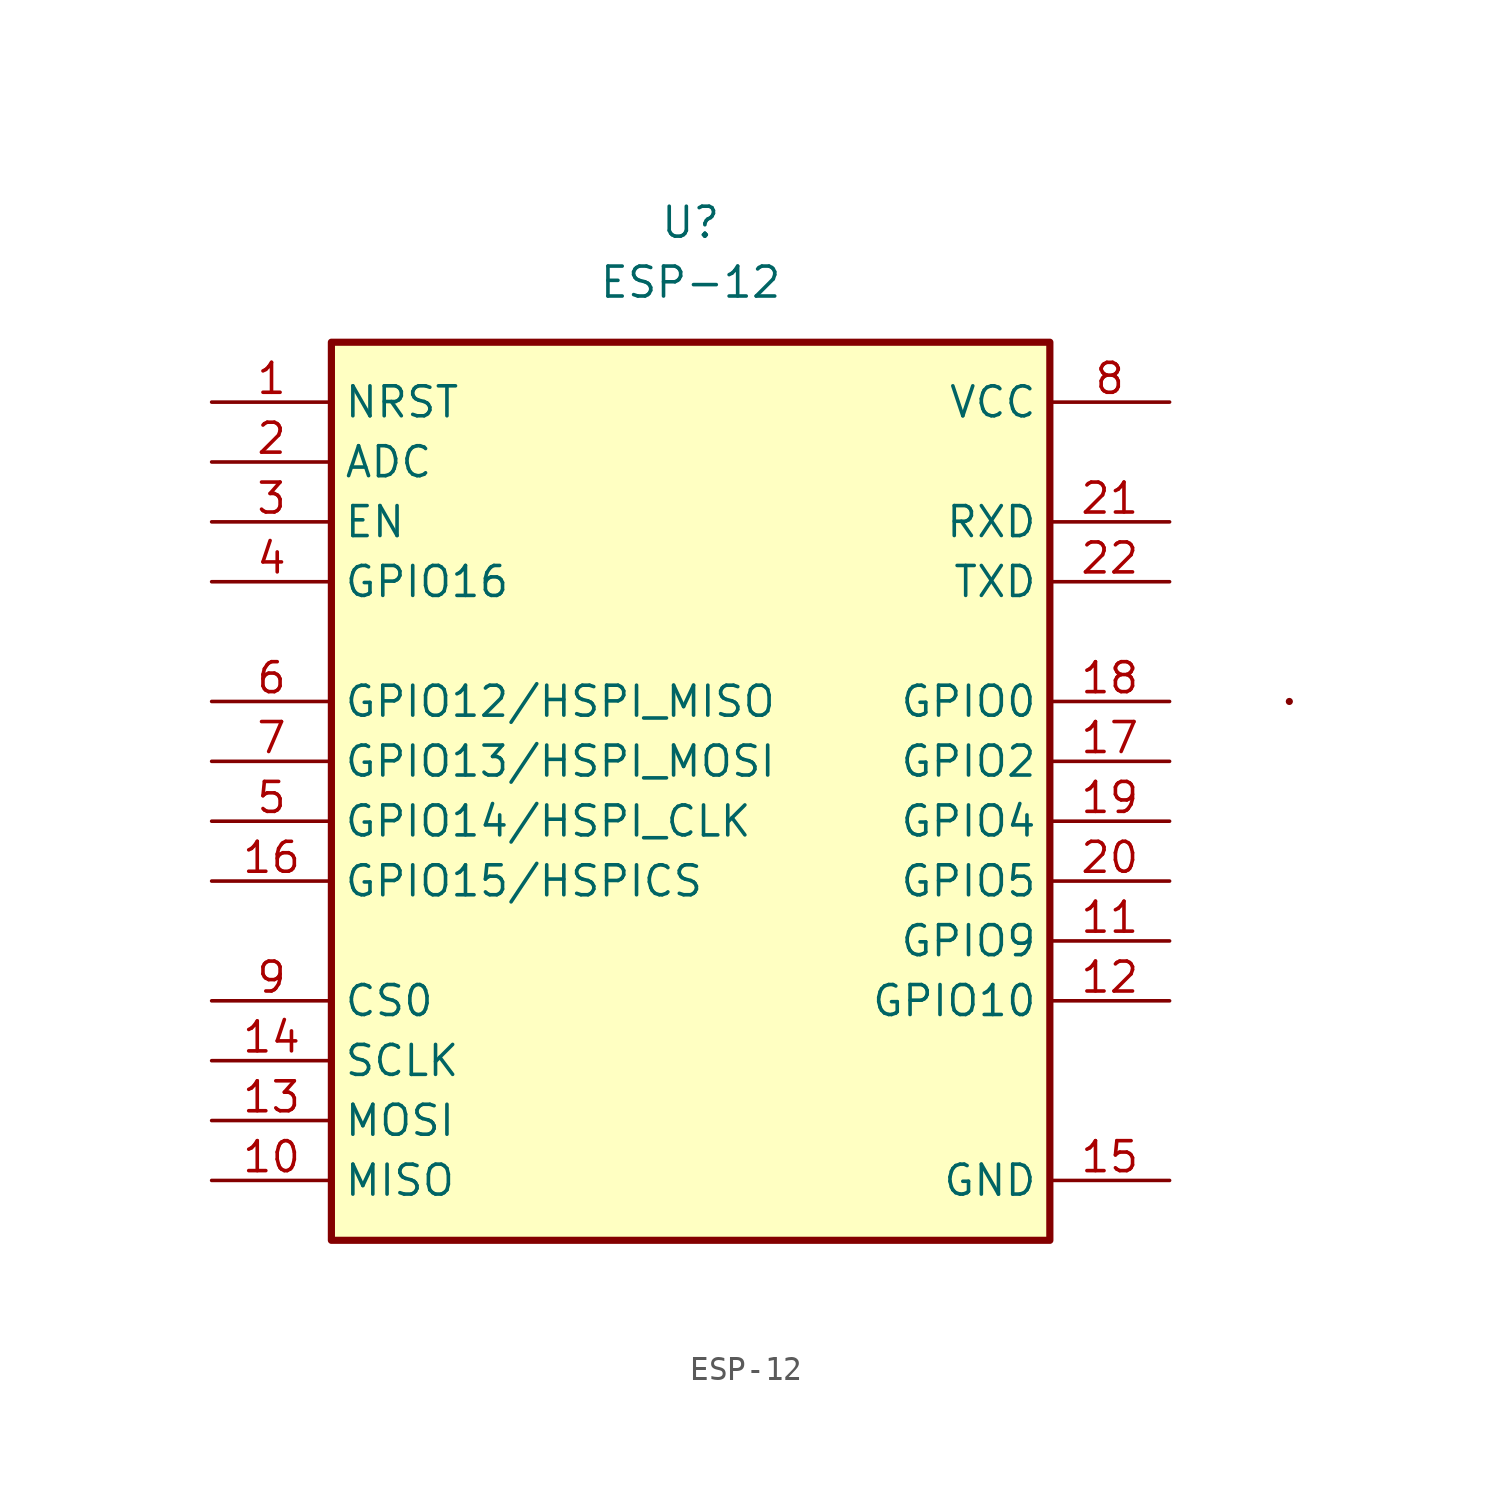
<source format=kicad_sym>
(kicad_symbol_lib
  (version 20211014)
  (generator kicad_symbol_editor)
  (symbol "ESP-12"
    (property "Reference" "U"
      (at 0 22.86 0)
      (effects (font (size 1.27 1.27))))
    (property "Value" "ESP-12"
      (at 0 20.32 0)
      (effects (font (size 1.27 1.27))))
    (symbol "ESP-12_0_0"
      (pin bidirectional line (at 20.32 10.16 180) (length 5.08) (name "RXD" (effects (font (size 1.27 1.27)))) (number "21" (effects (font (size 1.27 1.27)))))
      (pin bidirectional line (at 20.32 7.62 180) (length 5.08) (name "TXD" (effects (font (size 1.27 1.27)))) (number "22" (effects (font (size 1.27 1.27))))))
    (symbol "ESP-12_0_1"
      (rectangle (start -15.24 17.78) (end 15.24 -20.32) (stroke (width 0.305) (type default) (color 0 0 0 0)) (fill (type background)))
      (rectangle (start 25.4 2.54) (end 25.4 2.54) (stroke (width 0) (type default) (color 0 0 0 0)) (fill (type none)))
      (rectangle (start 25.4 2.54) (end 25.4 2.54) (stroke (width 0) (type default) (color 0 0 0 0)) (fill (type none)))
      (rectangle (start 25.4 2.54) (end 25.4 2.54) (stroke (width 0) (type default) (color 0 0 0 0)) (fill (type none)))
      (rectangle (start 25.4 2.54) (end 25.4 2.54) (stroke (width 0) (type default) (color 0 0 0 0)) (fill (type none)))
      (rectangle (start 25.4 2.54) (end 25.4 2.54) (stroke (width 0) (type default) (color 0 0 0 0)) (fill (type none)))
      (rectangle (start 25.4 2.54) (end 25.4 2.54) (stroke (width 0) (type default) (color 0 0 0 0)) (fill (type none)))
      (rectangle (start 25.4 2.54) (end 25.4 2.54) (stroke (width 0) (type default) (color 0 0 0 0)) (fill (type none)))
      (circle (center 25.4 2.54) (radius 0.0001) (stroke (width 0) (type default) (color 0 0 0 0)) (fill (type none))))
    (symbol "ESP-12_1_1"
      (pin bidirectional line (at -20.32 15.24 0) (length 5.08) (name "NRST" (effects (font (size 1.27 1.27)))) (number "1" (effects (font (size 1.27 1.27)))))
      (pin bidirectional line (at -20.32 -17.78 0) (length 5.08) (name "MISO" (effects (font (size 1.27 1.27)))) (number "10" (effects (font (size 1.27 1.27)))))
      (pin bidirectional line (at 20.32 -7.62 180) (length 5.08) (name "GPIO9" (effects (font (size 1.27 1.27)))) (number "11" (effects (font (size 1.27 1.27)))))
      (pin bidirectional line (at 20.32 -10.16 180) (length 5.08) (name "GPIO10" (effects (font (size 1.27 1.27)))) (number "12" (effects (font (size 1.27 1.27)))))
      (pin bidirectional line (at -20.32 -15.24 0) (length 5.08) (name "MOSI" (effects (font (size 1.27 1.27)))) (number "13" (effects (font (size 1.27 1.27)))))
      (pin bidirectional line (at -20.32 -12.7 0) (length 5.08) (name "SCLK" (effects (font (size 1.27 1.27)))) (number "14" (effects (font (size 1.27 1.27)))))
      (pin power_in line (at 20.32 -17.78 180) (length 5.08) (name "GND" (effects (font (size 1.27 1.27)))) (number "15" (effects (font (size 1.27 1.27)))))
      (pin bidirectional line (at -20.32 -5.08 0) (length 5.08) (name "GPIO15/HSPICS" (effects (font (size 1.27 1.27)))) (number "16" (effects (font (size 1.27 1.27)))))
      (pin bidirectional line (at 20.32 0 180) (length 5.08) (name "GPIO2" (effects (font (size 1.27 1.27)))) (number "17" (effects (font (size 1.27 1.27)))))
      (pin bidirectional line (at 20.32 2.54 180) (length 5.08) (name "GPIO0" (effects (font (size 1.27 1.27)))) (number "18" (effects (font (size 1.27 1.27)))))
      (pin bidirectional line (at 20.32 -2.54 180) (length 5.08) (name "GPIO4" (effects (font (size 1.27 1.27)))) (number "19" (effects (font (size 1.27 1.27)))))
      (pin bidirectional line (at -20.32 12.7 0) (length 5.08) (name "ADC" (effects (font (size 1.27 1.27)))) (number "2" (effects (font (size 1.27 1.27)))))
      (pin bidirectional line (at 20.32 -5.08 180) (length 5.08) (name "GPIO5" (effects (font (size 1.27 1.27)))) (number "20" (effects (font (size 1.27 1.27)))))
      (pin bidirectional line (at -20.32 10.16 0) (length 5.08) (name "EN" (effects (font (size 1.27 1.27)))) (number "3" (effects (font (size 1.27 1.27)))))
      (pin bidirectional line (at -20.32 7.62 0) (length 5.08) (name "GPIO16" (effects (font (size 1.27 1.27)))) (number "4" (effects (font (size 1.27 1.27)))))
      (pin bidirectional line (at -20.32 -2.54 0) (length 5.08) (name "GPIO14/HSPI_CLK" (effects (font (size 1.27 1.27)))) (number "5" (effects (font (size 1.27 1.27)))))
      (pin bidirectional line (at -20.32 2.54 0) (length 5.08) (name "GPIO12/HSPI_MISO" (effects (font (size 1.27 1.27)))) (number "6" (effects (font (size 1.27 1.27)))))
      (pin bidirectional line (at -20.32 0 0) (length 5.08) (name "GPIO13/HSPI_MOSI" (effects (font (size 1.27 1.27)))) (number "7" (effects (font (size 1.27 1.27)))))
      (pin power_in line (at 20.32 15.24 180) (length 5.08) (name "VCC" (effects (font (size 1.27 1.27)))) (number "8" (effects (font (size 1.27 1.27)))))
      (pin bidirectional line (at -20.32 -10.16 0) (length 5.08) (name "CS0" (effects (font (size 1.27 1.27)))) (number "9" (effects (font (size 1.27 1.27))))))))
</source>
